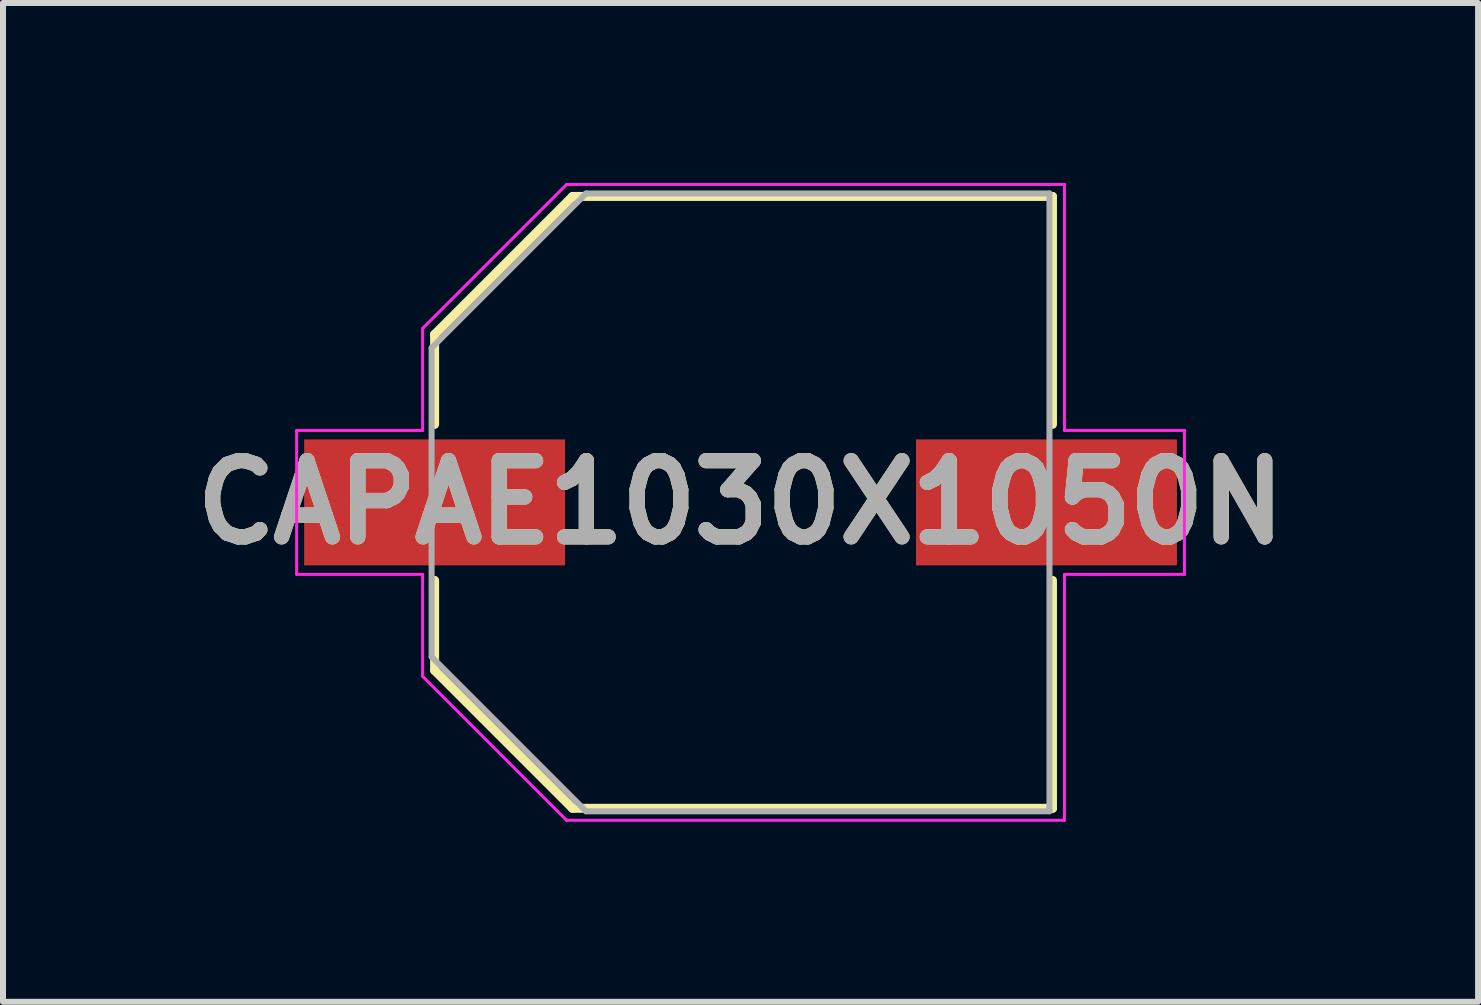
<source format=kicad_pcb>
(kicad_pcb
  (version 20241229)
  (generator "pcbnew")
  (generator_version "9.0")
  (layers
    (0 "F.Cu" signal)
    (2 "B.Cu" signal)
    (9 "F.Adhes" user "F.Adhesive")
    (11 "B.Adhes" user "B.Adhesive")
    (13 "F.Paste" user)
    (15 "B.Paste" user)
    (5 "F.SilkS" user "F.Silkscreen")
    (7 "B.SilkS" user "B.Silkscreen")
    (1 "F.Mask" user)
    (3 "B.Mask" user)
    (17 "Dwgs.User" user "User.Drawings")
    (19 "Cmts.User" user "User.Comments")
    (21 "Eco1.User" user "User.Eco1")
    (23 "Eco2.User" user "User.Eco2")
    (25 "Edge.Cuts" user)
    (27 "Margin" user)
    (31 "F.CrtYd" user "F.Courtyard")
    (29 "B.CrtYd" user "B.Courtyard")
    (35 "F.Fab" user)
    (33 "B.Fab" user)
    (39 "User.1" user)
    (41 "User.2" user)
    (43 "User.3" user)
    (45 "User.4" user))
  (footprint "CAPAE1030X1050N"
    (layer "F.Cu")
    (at 9.295 5.325)
    (property "Reference" "CAPAE1030X1050N" (at 0 0 0) (layer "F.SilkS") (effects (font (size 1.27 1.27) (thickness 0.254))))
    (attr smd)
    (fp_line (start -5.1 -2.8) (end -5.1 -1.3) (stroke (width 0.15) (type solid)) (layer "F.SilkS"))
    (fp_line (start -5.1 -2.8) (end -2.8 -5.1) (stroke (width 0.15) (type solid)) (layer "F.SilkS"))
    (fp_line (start -5.1 2.8) (end -5.1 1.3) (stroke (width 0.15) (type solid)) (layer "F.SilkS"))
    (fp_line (start -5.1 2.8) (end -2.8 5.1) (stroke (width 0.15) (type solid)) (layer "F.SilkS"))
    (fp_line (start -2.8 -5.1) (end 5.2 -5.1) (stroke (width 0.15) (type solid)) (layer "F.SilkS"))
    (fp_line (start -2.8 5.1) (end 5.2 5.1) (stroke (width 0.15) (type solid)) (layer "F.SilkS"))
    (fp_line (start 5.2 -5.1) (end 5.2 -1.3) (stroke (width 0.15) (type solid)) (layer "F.SilkS"))
    (fp_line (start 5.2 5.1) (end 5.2 1.3) (stroke (width 0.15) (type solid)) (layer "F.SilkS"))
    (fp_line (start -7.4 -1.2) (end -7.4 1.2) (stroke (width 0.05) (type default)) (layer "F.CrtYd"))
    (fp_line (start -7.4 1.2) (end -5.3 1.2) (stroke (width 0.05) (type default)) (layer "F.CrtYd"))
    (fp_line (start -5.3 -2.9) (end -5.3 -1.2) (stroke (width 0.05) (type default)) (layer "F.CrtYd"))
    (fp_line (start -5.3 -1.2) (end -7.4 -1.2) (stroke (width 0.05) (type default)) (layer "F.CrtYd"))
    (fp_line (start -5.3 1.2) (end -5.3 2.9) (stroke (width 0.05) (type default)) (layer "F.CrtYd"))
    (fp_line (start -5.3 2.9) (end -2.9 5.3) (stroke (width 0.05) (type default)) (layer "F.CrtYd"))
    (fp_line (start -2.9 -5.3) (end -5.3 -2.9) (stroke (width 0.05) (type default)) (layer "F.CrtYd"))
    (fp_line (start -2.9 5.3) (end 5.4 5.3) (stroke (width 0.05) (type default)) (layer "F.CrtYd"))
    (fp_line (start 5.4 -5.3) (end -2.9 -5.3) (stroke (width 0.05) (type default)) (layer "F.CrtYd"))
    (fp_line (start 5.4 -1.2) (end 5.4 -5.3) (stroke (width 0.05) (type default)) (layer "F.CrtYd"))
    (fp_line (start 5.4 1.2) (end 7.4 1.2) (stroke (width 0.05) (type default)) (layer "F.CrtYd"))
    (fp_line (start 5.4 5.3) (end 5.4 1.2) (stroke (width 0.05) (type default)) (layer "F.CrtYd"))
    (fp_line (start 7.4 -1.2) (end 5.4 -1.2) (stroke (width 0.05) (type default)) (layer "F.CrtYd"))
    (fp_line (start 7.4 1.2) (end 7.4 -1.2) (stroke (width 0.05) (type default)) (layer "F.CrtYd"))
    (fp_line (start -5.15 -2.575) (end -5.15 2.575) (stroke (width 0.1) (type solid)) (layer "F.Fab"))
    (fp_line (start -5.15 2.575) (end -2.575 5.15) (stroke (width 0.1) (type solid)) (layer "F.Fab"))
    (fp_line (start -2.575 -5.15) (end -5.15 -2.575) (stroke (width 0.1) (type solid)) (layer "F.Fab"))
    (fp_line (start -2.575 5.15) (end 5.15 5.15) (stroke (width 0.1) (type solid)) (layer "F.Fab"))
    (fp_line (start 5.15 -5.15) (end -2.575 -5.15) (stroke (width 0.1) (type solid)) (layer "F.Fab"))
    (fp_line (start 5.15 5.15) (end 5.15 -5.15) (stroke (width 0.1) (type solid)) (layer "F.Fab"))
    (fp_text user "${REFERENCE}" (at 0 0 0) (layer "F.Fab") (effects (font (size 1.27 1.27) (thickness 0.254))))
    (pad "1" smd rect (at -5.1 0 90) (size 2.1 4.35) (layers "F.Cu" "F.Mask" "F.Paste"))
    (pad "2" smd rect (at 5.1 0 90) (size 2.1 4.35) (layers "F.Cu" "F.Mask" "F.Paste")))
  (gr_rect
    (start -3 -3)
    (end 21.59 13.65)
    (stroke (width 0.1) (type default))
    (fill no)
    (layer "Edge.Cuts")))
</source>
